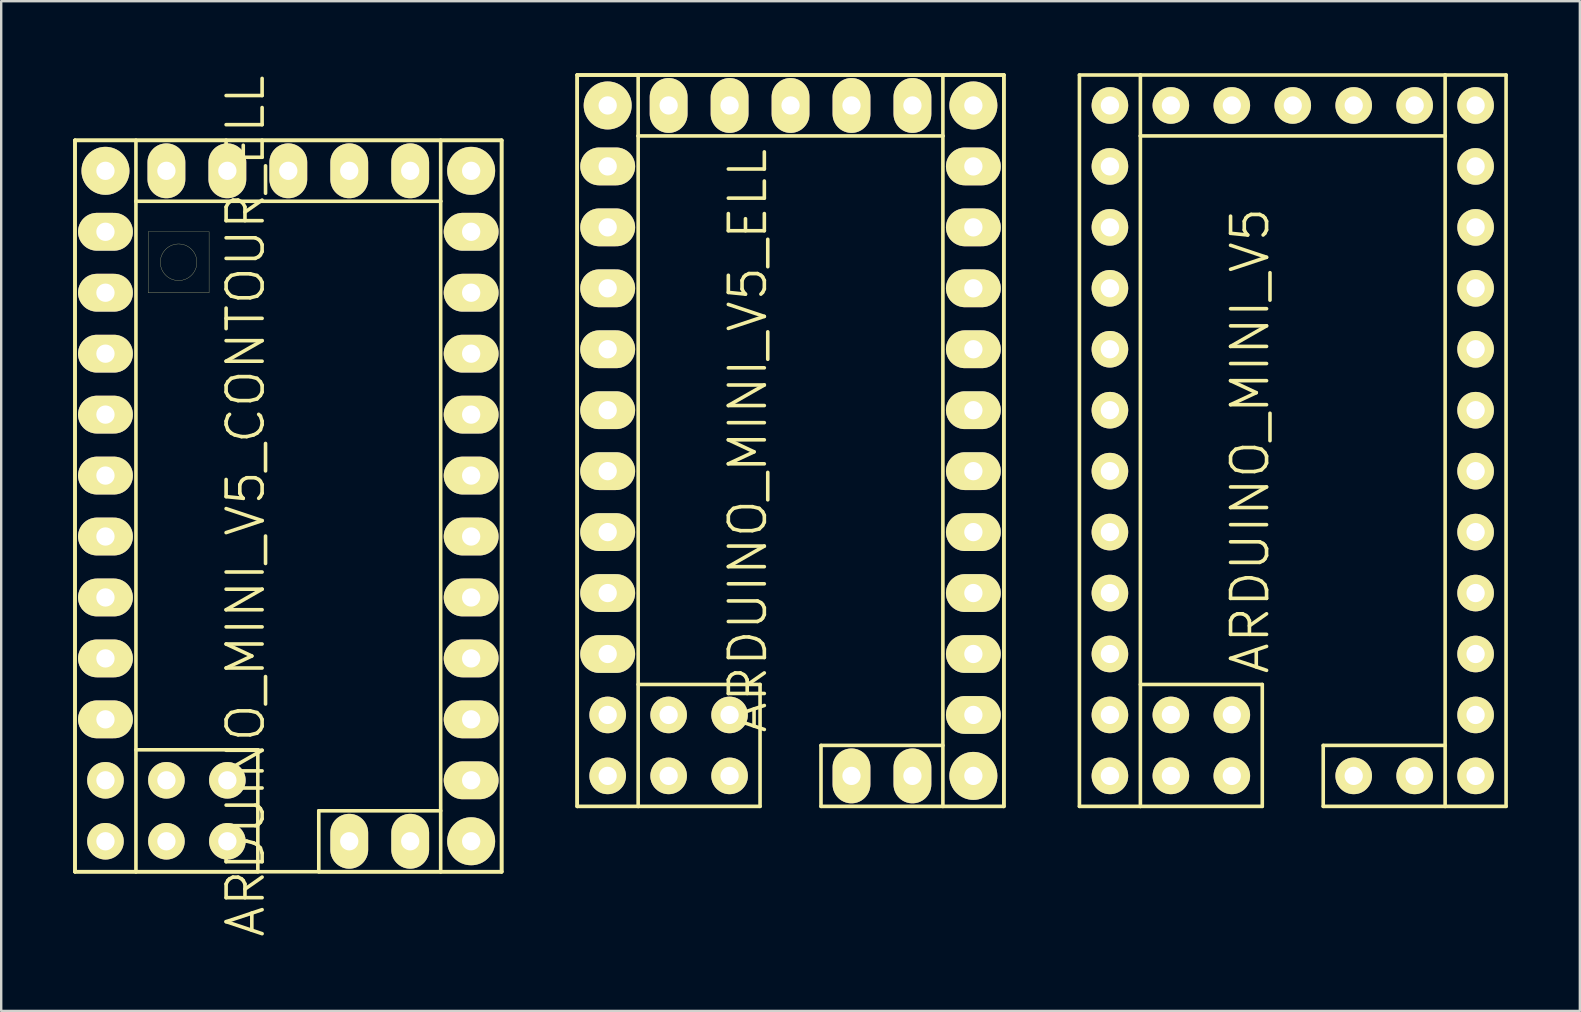
<source format=kicad_pcb>
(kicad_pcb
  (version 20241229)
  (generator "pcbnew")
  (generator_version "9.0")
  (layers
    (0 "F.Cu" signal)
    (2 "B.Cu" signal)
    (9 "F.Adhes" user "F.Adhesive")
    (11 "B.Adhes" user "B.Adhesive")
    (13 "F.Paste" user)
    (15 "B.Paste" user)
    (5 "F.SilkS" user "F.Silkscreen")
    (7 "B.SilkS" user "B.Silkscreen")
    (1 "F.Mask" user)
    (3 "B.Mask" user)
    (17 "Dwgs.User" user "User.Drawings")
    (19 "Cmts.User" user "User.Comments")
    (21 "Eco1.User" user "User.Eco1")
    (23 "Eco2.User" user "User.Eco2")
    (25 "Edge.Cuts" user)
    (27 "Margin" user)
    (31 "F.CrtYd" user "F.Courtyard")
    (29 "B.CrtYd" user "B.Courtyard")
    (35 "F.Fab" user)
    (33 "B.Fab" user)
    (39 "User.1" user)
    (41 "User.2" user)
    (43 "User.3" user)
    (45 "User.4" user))
  (footprint "ARDUINO_MINI_V5_CONTOUR_ELL"
    (layer "F.Cu")
    (at 8.965 18.039)
    (property "Reference" "ARDUINO_MINI_V5_CONTOUR_ELL" (at -1.778 0 90) (layer "F.SilkS") (effects (font (size 1.5 1.5) (thickness 0.15))))
    (attr through_hole)
    (fp_line (start -8.89 -15.24) (end -8.89 15.24) (stroke (width 0.15) (type solid)) (layer "F.SilkS"))
    (fp_line (start -8.89 -15.24) (end -6.35 -15.24) (stroke (width 0.15) (type solid)) (layer "F.SilkS"))
    (fp_line (start -8.89 15.24) (end -8.89 -15.24) (stroke (width 0.15) (type solid)) (layer "F.SilkS"))
    (fp_line (start -8.89 15.24) (end 8.89 15.24) (stroke (width 0.15) (type solid)) (layer "F.SilkS"))
    (fp_line (start -6.35 -15.24) (end -6.35 -12.7) (stroke (width 0.15) (type solid)) (layer "F.SilkS"))
    (fp_line (start -6.35 -15.24) (end 6.35 -15.24) (stroke (width 0.15) (type solid)) (layer "F.SilkS"))
    (fp_line (start -6.35 -12.7) (end -6.35 15.24) (stroke (width 0.15) (type solid)) (layer "F.SilkS"))
    (fp_line (start -6.35 10.16) (end -1.27 10.16) (stroke (width 0.15) (type solid)) (layer "F.SilkS"))
    (fp_line (start -6.35 15.24) (end -8.89 15.24) (stroke (width 0.15) (type solid)) (layer "F.SilkS"))
    (fp_line (start -5.842 -11.43) (end -3.302 -11.43) (stroke (width 0.01) (type solid)) (layer "F.SilkS"))
    (fp_line (start -5.842 -8.89) (end -5.842 -11.43) (stroke (width 0.01) (type solid)) (layer "F.SilkS"))
    (fp_line (start -3.302 -11.43) (end -3.302 -8.89) (stroke (width 0.01) (type solid)) (layer "F.SilkS"))
    (fp_line (start -3.302 -8.89) (end -5.842 -8.89) (stroke (width 0.01) (type solid)) (layer "F.SilkS"))
    (fp_line (start -1.27 10.16) (end -1.27 15.24) (stroke (width 0.15) (type solid)) (layer "F.SilkS"))
    (fp_line (start -1.27 15.24) (end -6.35 15.24) (stroke (width 0.15) (type solid)) (layer "F.SilkS"))
    (fp_line (start 1.27 12.7) (end 1.27 15.24) (stroke (width 0.15) (type solid)) (layer "F.SilkS"))
    (fp_line (start 1.27 15.24) (end 6.35 15.24) (stroke (width 0.15) (type solid)) (layer "F.SilkS"))
    (fp_line (start 6.35 -15.24) (end 6.35 -12.7) (stroke (width 0.15) (type solid)) (layer "F.SilkS"))
    (fp_line (start 6.35 -15.24) (end 8.89 -15.24) (stroke (width 0.15) (type solid)) (layer "F.SilkS"))
    (fp_line (start 6.35 -12.7) (end -6.35 -12.7) (stroke (width 0.15) (type solid)) (layer "F.SilkS"))
    (fp_line (start 6.35 12.7) (end 1.27 12.7) (stroke (width 0.15) (type solid)) (layer "F.SilkS"))
    (fp_line (start 6.35 15.24) (end 6.35 -12.7) (stroke (width 0.15) (type solid)) (layer "F.SilkS"))
    (fp_line (start 8.89 -15.24) (end -8.89 -15.24) (stroke (width 0.15) (type solid)) (layer "F.SilkS"))
    (fp_line (start 8.89 -15.24) (end 8.89 15.24) (stroke (width 0.15) (type solid)) (layer "F.SilkS"))
    (fp_line (start 8.89 15.24) (end 6.35 15.24) (stroke (width 0.15) (type solid)) (layer "F.SilkS"))
    (fp_line (start 8.89 15.24) (end 8.89 -15.24) (stroke (width 0.15) (type solid)) (layer "F.SilkS"))
    (fp_circle (center -4.572 -10.16) (end -3.81 -10.16) (stroke (width 0.01) (type solid)) (fill no) (layer "F.SilkS"))
    (pad "2" thru_hole oval (at -7.62 -3.81) (size 2.286 1.575) (drill 0.762) (layers "*.Cu" "*.Mask" "F.SilkS"))
    (pad "3" thru_hole oval (at -7.62 -1.27) (size 2.286 1.575) (drill 0.762) (layers "*.Cu" "*.Mask" "F.SilkS"))
    (pad "4" thru_hole oval (at -7.62 1.27) (size 2.286 1.575) (drill 0.762) (layers "*.Cu" "*.Mask" "F.SilkS"))
    (pad "5" thru_hole oval (at -7.62 3.81) (size 2.286 1.575) (drill 0.762) (layers "*.Cu" "*.Mask" "F.SilkS"))
    (pad "5V/1" thru_hole oval (at 2.54 -13.97) (size 1.575 2.286) (drill 0.762) (layers "*.Cu" "*.Mask" "F.SilkS"))
    (pad "5V/2" thru_hole oval (at 2.54 13.97) (size 1.575 2.286) (drill 0.762) (layers "*.Cu" "*.Mask" "F.SilkS"))
    (pad "5V/3" thru_hole oval (at 7.62 -6.35) (size 2.286 1.575) (drill 0.762) (layers "*.Cu" "*.Mask" "F.SilkS"))
    (pad "6" thru_hole oval (at -7.62 6.35) (size 2.286 1.575) (drill 0.762) (layers "*.Cu" "*.Mask" "F.SilkS"))
    (pad "7" thru_hole oval (at -7.62 8.89) (size 2.286 1.575) (drill 0.762) (layers "*.Cu" "*.Mask" "F.SilkS"))
    (pad "8" thru_hole circle (at -7.62 11.43) (size 1.524 1.524) (drill 0.762) (layers "*.Cu" "*.Mask" "F.SilkS"))
    (pad "9" thru_hole circle (at -7.62 13.97) (size 1.524 1.524) (drill 0.762) (layers "*.Cu" "*.Mask" "F.SilkS"))
    (pad "9V" thru_hole circle (at 7.62 -13.97) (size 1.999 1.999) (drill 0.762) (layers "*.Cu" "*.Mask" "F.SilkS"))
    (pad "10" thru_hole circle (at 7.62 13.97) (size 1.999 1.999) (drill 0.762) (layers "*.Cu" "*.Mask" "F.SilkS"))
    (pad "11" thru_hole oval (at 7.62 11.43) (size 2.286 1.575) (drill 0.762) (layers "*.Cu" "*.Mask" "F.SilkS"))
    (pad "12" thru_hole oval (at 7.62 8.89) (size 2.286 1.575) (drill 0.762) (layers "*.Cu" "*.Mask" "F.SilkS"))
    (pad "13" thru_hole oval (at 7.62 6.35) (size 2.286 1.575) (drill 0.762) (layers "*.Cu" "*.Mask" "F.SilkS"))
    (pad "A0" thru_hole oval (at 7.62 3.81) (size 2.286 1.575) (drill 0.762) (layers "*.Cu" "*.Mask" "F.SilkS"))
    (pad "A1" thru_hole oval (at 7.62 1.27) (size 2.286 1.575) (drill 0.762) (layers "*.Cu" "*.Mask" "F.SilkS"))
    (pad "A2" thru_hole oval (at 7.62 -1.27) (size 2.286 1.575) (drill 0.762) (layers "*.Cu" "*.Mask" "F.SilkS"))
    (pad "A3" thru_hole oval (at 7.62 -3.81) (size 2.286 1.575) (drill 0.762) (layers "*.Cu" "*.Mask" "F.SilkS"))
    (pad "A4" thru_hole circle (at -5.08 13.97) (size 1.524 1.524) (drill 0.762) (layers "*.Cu" "*.Mask" "F.SilkS"))
    (pad "A5" thru_hole circle (at -2.54 13.97) (size 1.524 1.524) (drill 0.762) (layers "*.Cu" "*.Mask" "F.SilkS"))
    (pad "A6" thru_hole circle (at -5.08 11.43) (size 1.524 1.524) (drill 0.762) (layers "*.Cu" "*.Mask" "F.SilkS"))
    (pad "A7" thru_hole circle (at -2.54 11.43) (size 1.524 1.524) (drill 0.762) (layers "*.Cu" "*.Mask" "F.SilkS"))
    (pad "GND1" thru_hole oval (at 5.08 -13.97) (size 1.575 2.286) (drill 0.762) (layers "*.Cu" "*.Mask" "F.SilkS"))
    (pad "GND2" thru_hole oval (at -7.62 -6.35) (size 2.286 1.575) (drill 0.762) (layers "*.Cu" "*.Mask" "F.SilkS"))
    (pad "GND3" thru_hole oval (at 5.08 13.97) (size 1.575 2.286) (drill 0.762) (layers "*.Cu" "*.Mask" "F.SilkS"))
    (pad "GND4" thru_hole oval (at 7.62 -11.43) (size 2.286 1.575) (drill 0.762) (layers "*.Cu" "*.Mask" "F.SilkS"))
    (pad "IO7" thru_hole oval (at -5.08 -13.97) (size 1.575 2.286) (drill 0.762) (layers "*.Cu" "*.Mask" "F.SilkS"))
    (pad "RST1" thru_hole oval (at -7.62 -8.89) (size 2.286 1.575) (drill 0.762) (layers "*.Cu" "*.Mask" "F.SilkS"))
    (pad "RST2" thru_hole oval (at 7.62 -8.89) (size 2.286 1.575) (drill 0.762) (layers "*.Cu" "*.Mask" "F.SilkS"))
    (pad "RX/1" thru_hole oval (at 0 -13.97) (size 1.575 2.286) (drill 0.762) (layers "*.Cu" "*.Mask" "F.SilkS"))
    (pad "RX/2" thru_hole oval (at -7.62 -11.43) (size 2.286 1.575) (drill 0.762) (layers "*.Cu" "*.Mask" "F.SilkS"))
    (pad "TX/1" thru_hole oval (at -2.54 -13.97) (size 1.575 2.286) (drill 0.762) (layers "*.Cu" "*.Mask" "F.SilkS"))
    (pad "TX/2" thru_hole circle (at -7.62 -13.97) (size 1.999 1.999) (drill 0.762) (layers "*.Cu" "*.Mask" "F.SilkS")))
  (footprint "ARDUINO_MINI_V5_ELL"
    (layer "F.Cu")
    (at 29.895 15.315)
    (property "Reference" "ARDUINO_MINI_V5_ELL" (at -1.778 0 90) (layer "F.SilkS") (effects (font (size 1.5 1.5) (thickness 0.15))))
    (attr through_hole)
    (fp_line (start -8.89 -15.24) (end -8.89 15.24) (stroke (width 0.15) (type solid)) (layer "F.SilkS"))
    (fp_line (start -8.89 -15.24) (end -6.35 -15.24) (stroke (width 0.15) (type solid)) (layer "F.SilkS"))
    (fp_line (start -8.89 15.24) (end -8.89 -15.24) (stroke (width 0.15) (type solid)) (layer "F.SilkS"))
    (fp_line (start -6.35 -15.24) (end -6.35 -12.7) (stroke (width 0.15) (type solid)) (layer "F.SilkS"))
    (fp_line (start -6.35 -15.24) (end 6.35 -15.24) (stroke (width 0.15) (type solid)) (layer "F.SilkS"))
    (fp_line (start -6.35 -12.7) (end -6.35 15.24) (stroke (width 0.15) (type solid)) (layer "F.SilkS"))
    (fp_line (start -6.35 10.16) (end -1.27 10.16) (stroke (width 0.15) (type solid)) (layer "F.SilkS"))
    (fp_line (start -6.35 15.24) (end -8.89 15.24) (stroke (width 0.15) (type solid)) (layer "F.SilkS"))
    (fp_line (start -1.27 10.16) (end -1.27 15.24) (stroke (width 0.15) (type solid)) (layer "F.SilkS"))
    (fp_line (start -1.27 15.24) (end -6.35 15.24) (stroke (width 0.15) (type solid)) (layer "F.SilkS"))
    (fp_line (start 1.27 12.7) (end 1.27 15.24) (stroke (width 0.15) (type solid)) (layer "F.SilkS"))
    (fp_line (start 1.27 15.24) (end 6.35 15.24) (stroke (width 0.15) (type solid)) (layer "F.SilkS"))
    (fp_line (start 6.35 -15.24) (end 6.35 -12.7) (stroke (width 0.15) (type solid)) (layer "F.SilkS"))
    (fp_line (start 6.35 -15.24) (end 8.89 -15.24) (stroke (width 0.15) (type solid)) (layer "F.SilkS"))
    (fp_line (start 6.35 -12.7) (end -6.35 -12.7) (stroke (width 0.15) (type solid)) (layer "F.SilkS"))
    (fp_line (start 6.35 12.7) (end 1.27 12.7) (stroke (width 0.15) (type solid)) (layer "F.SilkS"))
    (fp_line (start 6.35 15.24) (end 6.35 -12.7) (stroke (width 0.15) (type solid)) (layer "F.SilkS"))
    (fp_line (start 8.89 -15.24) (end -8.89 -15.24) (stroke (width 0.15) (type solid)) (layer "F.SilkS"))
    (fp_line (start 8.89 -15.24) (end 8.89 15.24) (stroke (width 0.15) (type solid)) (layer "F.SilkS"))
    (fp_line (start 8.89 15.24) (end 6.35 15.24) (stroke (width 0.15) (type solid)) (layer "F.SilkS"))
    (fp_line (start 8.89 15.24) (end 8.89 -15.24) (stroke (width 0.15) (type solid)) (layer "F.SilkS"))
    (pad "2" thru_hole oval (at -7.62 -3.81) (size 2.286 1.575) (drill 0.762) (layers "*.Cu" "*.Mask" "F.SilkS"))
    (pad "3" thru_hole oval (at -7.62 -1.27) (size 2.286 1.575) (drill 0.762) (layers "*.Cu" "*.Mask" "F.SilkS"))
    (pad "4" thru_hole oval (at -7.62 1.27) (size 2.286 1.575) (drill 0.762) (layers "*.Cu" "*.Mask" "F.SilkS"))
    (pad "5" thru_hole oval (at -7.62 3.81) (size 2.286 1.575) (drill 0.762) (layers "*.Cu" "*.Mask" "F.SilkS"))
    (pad "5V/1" thru_hole oval (at 2.54 -13.97) (size 1.575 2.286) (drill 0.762) (layers "*.Cu" "*.Mask" "F.SilkS"))
    (pad "5V/2" thru_hole oval (at 2.54 13.97) (size 1.575 2.286) (drill 0.762) (layers "*.Cu" "*.Mask" "F.SilkS"))
    (pad "5V/3" thru_hole oval (at 7.62 -6.35) (size 2.286 1.575) (drill 0.762) (layers "*.Cu" "*.Mask" "F.SilkS"))
    (pad "6" thru_hole oval (at -7.62 6.35) (size 2.286 1.575) (drill 0.762) (layers "*.Cu" "*.Mask" "F.SilkS"))
    (pad "7" thru_hole oval (at -7.62 8.89) (size 2.286 1.575) (drill 0.762) (layers "*.Cu" "*.Mask" "F.SilkS"))
    (pad "8" thru_hole circle (at -7.62 11.43) (size 1.524 1.524) (drill 0.762) (layers "*.Cu" "*.Mask" "F.SilkS"))
    (pad "9" thru_hole circle (at -7.62 13.97) (size 1.524 1.524) (drill 0.762) (layers "*.Cu" "*.Mask" "F.SilkS"))
    (pad "9V" thru_hole circle (at 7.62 -13.97) (size 1.999 1.999) (drill 0.762) (layers "*.Cu" "*.Mask" "F.SilkS"))
    (pad "10" thru_hole circle (at 7.62 13.97) (size 1.999 1.999) (drill 0.762) (layers "*.Cu" "*.Mask" "F.SilkS"))
    (pad "11" thru_hole oval (at 7.62 11.43) (size 2.286 1.575) (drill 0.762) (layers "*.Cu" "*.Mask" "F.SilkS"))
    (pad "12" thru_hole oval (at 7.62 8.89) (size 2.286 1.575) (drill 0.762) (layers "*.Cu" "*.Mask" "F.SilkS"))
    (pad "13" thru_hole oval (at 7.62 6.35) (size 2.286 1.575) (drill 0.762) (layers "*.Cu" "*.Mask" "F.SilkS"))
    (pad "A0" thru_hole oval (at 7.62 3.81) (size 2.286 1.575) (drill 0.762) (layers "*.Cu" "*.Mask" "F.SilkS"))
    (pad "A1" thru_hole oval (at 7.62 1.27) (size 2.286 1.575) (drill 0.762) (layers "*.Cu" "*.Mask" "F.SilkS"))
    (pad "A2" thru_hole oval (at 7.62 -1.27) (size 2.286 1.575) (drill 0.762) (layers "*.Cu" "*.Mask" "F.SilkS"))
    (pad "A3" thru_hole oval (at 7.62 -3.81) (size 2.286 1.575) (drill 0.762) (layers "*.Cu" "*.Mask" "F.SilkS"))
    (pad "A4" thru_hole circle (at -5.08 13.97) (size 1.524 1.524) (drill 0.762) (layers "*.Cu" "*.Mask" "F.SilkS"))
    (pad "A5" thru_hole circle (at -2.54 13.97) (size 1.524 1.524) (drill 0.762) (layers "*.Cu" "*.Mask" "F.SilkS"))
    (pad "A6" thru_hole circle (at -5.08 11.43) (size 1.524 1.524) (drill 0.762) (layers "*.Cu" "*.Mask" "F.SilkS"))
    (pad "A7" thru_hole circle (at -2.54 11.43) (size 1.524 1.524) (drill 0.762) (layers "*.Cu" "*.Mask" "F.SilkS"))
    (pad "GND1" thru_hole oval (at 5.08 -13.97) (size 1.575 2.286) (drill 0.762) (layers "*.Cu" "*.Mask" "F.SilkS"))
    (pad "GND2" thru_hole oval (at -7.62 -6.35) (size 2.286 1.575) (drill 0.762) (layers "*.Cu" "*.Mask" "F.SilkS"))
    (pad "GND3" thru_hole oval (at 5.08 13.97) (size 1.575 2.286) (drill 0.762) (layers "*.Cu" "*.Mask" "F.SilkS"))
    (pad "GND4" thru_hole oval (at 7.62 -11.43) (size 2.286 1.575) (drill 0.762) (layers "*.Cu" "*.Mask" "F.SilkS"))
    (pad "IO7" thru_hole oval (at -5.08 -13.97) (size 1.575 2.286) (drill 0.762) (layers "*.Cu" "*.Mask" "F.SilkS"))
    (pad "RST1" thru_hole oval (at -7.62 -8.89) (size 2.286 1.575) (drill 0.762) (layers "*.Cu" "*.Mask" "F.SilkS"))
    (pad "RST2" thru_hole oval (at 7.62 -8.89) (size 2.286 1.575) (drill 0.762) (layers "*.Cu" "*.Mask" "F.SilkS"))
    (pad "RX/1" thru_hole oval (at 0 -13.97) (size 1.575 2.286) (drill 0.762) (layers "*.Cu" "*.Mask" "F.SilkS"))
    (pad "RX/2" thru_hole oval (at -7.62 -11.43) (size 2.286 1.575) (drill 0.762) (layers "*.Cu" "*.Mask" "F.SilkS"))
    (pad "TX/1" thru_hole oval (at -2.54 -13.97) (size 1.575 2.286) (drill 0.762) (layers "*.Cu" "*.Mask" "F.SilkS"))
    (pad "TX/2" thru_hole circle (at -7.62 -13.97) (size 1.999 1.999) (drill 0.762) (layers "*.Cu" "*.Mask" "F.SilkS")))
  (footprint "ARDUINO_MINI_V5"
    (layer "F.Cu")
    (at 50.825 15.315)
    (property "Reference" "ARDUINO_MINI_V5" (at -1.778 0 90) (layer "F.SilkS") (effects (font (size 1.5 1.5) (thickness 0.15))))
    (attr through_hole)
    (fp_line (start -8.89 -15.24) (end -6.35 -15.24) (stroke (width 0.15) (type solid)) (layer "F.SilkS"))
    (fp_line (start -8.89 15.24) (end -8.89 -15.24) (stroke (width 0.15) (type solid)) (layer "F.SilkS"))
    (fp_line (start -6.35 -15.24) (end -6.35 -12.7) (stroke (width 0.15) (type solid)) (layer "F.SilkS"))
    (fp_line (start -6.35 -15.24) (end 6.35 -15.24) (stroke (width 0.15) (type solid)) (layer "F.SilkS"))
    (fp_line (start -6.35 -12.7) (end -6.35 15.24) (stroke (width 0.15) (type solid)) (layer "F.SilkS"))
    (fp_line (start -6.35 10.16) (end -1.27 10.16) (stroke (width 0.15) (type solid)) (layer "F.SilkS"))
    (fp_line (start -6.35 15.24) (end -8.89 15.24) (stroke (width 0.15) (type solid)) (layer "F.SilkS"))
    (fp_line (start -1.27 10.16) (end -1.27 15.24) (stroke (width 0.15) (type solid)) (layer "F.SilkS"))
    (fp_line (start -1.27 15.24) (end -6.35 15.24) (stroke (width 0.15) (type solid)) (layer "F.SilkS"))
    (fp_line (start 1.27 12.7) (end 1.27 15.24) (stroke (width 0.15) (type solid)) (layer "F.SilkS"))
    (fp_line (start 1.27 15.24) (end 6.35 15.24) (stroke (width 0.15) (type solid)) (layer "F.SilkS"))
    (fp_line (start 6.35 -15.24) (end 6.35 -12.7) (stroke (width 0.15) (type solid)) (layer "F.SilkS"))
    (fp_line (start 6.35 -15.24) (end 8.89 -15.24) (stroke (width 0.15) (type solid)) (layer "F.SilkS"))
    (fp_line (start 6.35 -12.7) (end -6.35 -12.7) (stroke (width 0.15) (type solid)) (layer "F.SilkS"))
    (fp_line (start 6.35 12.7) (end 1.27 12.7) (stroke (width 0.15) (type solid)) (layer "F.SilkS"))
    (fp_line (start 6.35 15.24) (end 6.35 -12.7) (stroke (width 0.15) (type solid)) (layer "F.SilkS"))
    (fp_line (start 8.89 -15.24) (end 8.89 15.24) (stroke (width 0.15) (type solid)) (layer "F.SilkS"))
    (fp_line (start 8.89 15.24) (end 6.35 15.24) (stroke (width 0.15) (type solid)) (layer "F.SilkS"))
    (pad "2" thru_hole circle (at -7.62 -3.81) (size 1.524 1.524) (drill 0.762) (layers "*.Cu" "*.Mask" "F.SilkS"))
    (pad "3" thru_hole circle (at -7.62 -1.27) (size 1.524 1.524) (drill 0.762) (layers "*.Cu" "*.Mask" "F.SilkS"))
    (pad "4" thru_hole circle (at -7.62 1.27) (size 1.524 1.524) (drill 0.762) (layers "*.Cu" "*.Mask" "F.SilkS"))
    (pad "5" thru_hole circle (at -7.62 3.81) (size 1.524 1.524) (drill 0.762) (layers "*.Cu" "*.Mask" "F.SilkS"))
    (pad "5V/1" thru_hole circle (at 2.54 -13.97) (size 1.524 1.524) (drill 0.762) (layers "*.Cu" "*.Mask" "F.SilkS"))
    (pad "5V/2" thru_hole circle (at 2.54 13.97) (size 1.524 1.524) (drill 0.762) (layers "*.Cu" "*.Mask" "F.SilkS"))
    (pad "5V/3" thru_hole circle (at 7.62 -6.35) (size 1.524 1.524) (drill 0.762) (layers "*.Cu" "*.Mask" "F.SilkS"))
    (pad "6" thru_hole circle (at -7.62 6.35) (size 1.524 1.524) (drill 0.762) (layers "*.Cu" "*.Mask" "F.SilkS"))
    (pad "7" thru_hole circle (at -7.62 8.89) (size 1.524 1.524) (drill 0.762) (layers "*.Cu" "*.Mask" "F.SilkS"))
    (pad "8" thru_hole circle (at -7.62 11.43) (size 1.524 1.524) (drill 0.762) (layers "*.Cu" "*.Mask" "F.SilkS"))
    (pad "9" thru_hole circle (at -7.62 13.97) (size 1.524 1.524) (drill 0.762) (layers "*.Cu" "*.Mask" "F.SilkS"))
    (pad "9V" thru_hole circle (at 7.62 -13.97) (size 1.524 1.524) (drill 0.762) (layers "*.Cu" "*.Mask" "F.SilkS"))
    (pad "10" thru_hole circle (at 7.62 13.97) (size 1.524 1.524) (drill 0.762) (layers "*.Cu" "*.Mask" "F.SilkS"))
    (pad "11" thru_hole circle (at 7.62 11.43) (size 1.524 1.524) (drill 0.762) (layers "*.Cu" "*.Mask" "F.SilkS"))
    (pad "12" thru_hole circle (at 7.62 8.89) (size 1.524 1.524) (drill 0.762) (layers "*.Cu" "*.Mask" "F.SilkS"))
    (pad "13" thru_hole circle (at 7.62 6.35) (size 1.524 1.524) (drill 0.762) (layers "*.Cu" "*.Mask" "F.SilkS"))
    (pad "A0" thru_hole circle (at 7.62 3.81) (size 1.524 1.524) (drill 0.762) (layers "*.Cu" "*.Mask" "F.SilkS"))
    (pad "A1" thru_hole circle (at 7.62 1.27) (size 1.524 1.524) (drill 0.762) (layers "*.Cu" "*.Mask" "F.SilkS"))
    (pad "A2" thru_hole circle (at 7.62 -1.27) (size 1.524 1.524) (drill 0.762) (layers "*.Cu" "*.Mask" "F.SilkS"))
    (pad "A3" thru_hole circle (at 7.62 -3.81) (size 1.524 1.524) (drill 0.762) (layers "*.Cu" "*.Mask" "F.SilkS"))
    (pad "A4" thru_hole circle (at -5.08 13.97) (size 1.524 1.524) (drill 0.762) (layers "*.Cu" "*.Mask" "F.SilkS"))
    (pad "A5" thru_hole circle (at -2.54 13.97) (size 1.524 1.524) (drill 0.762) (layers "*.Cu" "*.Mask" "F.SilkS"))
    (pad "A6" thru_hole circle (at -5.08 11.43) (size 1.524 1.524) (drill 0.762) (layers "*.Cu" "*.Mask" "F.SilkS"))
    (pad "A7" thru_hole circle (at -2.54 11.43) (size 1.524 1.524) (drill 0.762) (layers "*.Cu" "*.Mask" "F.SilkS"))
    (pad "GND1" thru_hole circle (at 5.08 -13.97) (size 1.524 1.524) (drill 0.762) (layers "*.Cu" "*.Mask" "F.SilkS"))
    (pad "GND2" thru_hole circle (at -7.62 -6.35) (size 1.524 1.524) (drill 0.762) (layers "*.Cu" "*.Mask" "F.SilkS"))
    (pad "GND3" thru_hole circle (at 5.08 13.97) (size 1.524 1.524) (drill 0.762) (layers "*.Cu" "*.Mask" "F.SilkS"))
    (pad "GND4" thru_hole circle (at 7.62 -11.43) (size 1.524 1.524) (drill 0.762) (layers "*.Cu" "*.Mask" "F.SilkS"))
    (pad "IO7" thru_hole circle (at -5.08 -13.97) (size 1.524 1.524) (drill 0.762) (layers "*.Cu" "*.Mask" "F.SilkS"))
    (pad "RST1" thru_hole circle (at -7.62 -8.89) (size 1.524 1.524) (drill 0.762) (layers "*.Cu" "*.Mask" "F.SilkS"))
    (pad "RST2" thru_hole circle (at 7.62 -8.89) (size 1.524 1.524) (drill 0.762) (layers "*.Cu" "*.Mask" "F.SilkS"))
    (pad "RX/1" thru_hole circle (at 0 -13.97) (size 1.524 1.524) (drill 0.762) (layers "*.Cu" "*.Mask" "F.SilkS"))
    (pad "RX/2" thru_hole circle (at -7.62 -11.43) (size 1.524 1.524) (drill 0.762) (layers "*.Cu" "*.Mask" "F.SilkS"))
    (pad "TX/1" thru_hole circle (at -2.54 -13.97) (size 1.524 1.524) (drill 0.762) (layers "*.Cu" "*.Mask" "F.SilkS"))
    (pad "TX/2" thru_hole circle (at -7.62 -13.97) (size 1.524 1.524) (drill 0.762) (layers "*.Cu" "*.Mask" "F.SilkS")))
  (gr_rect
    (start -3 -3)
    (end 62.79 39.079)
    (stroke (width 0.1) (type default))
    (fill no)
    (layer "Edge.Cuts")))
</source>
